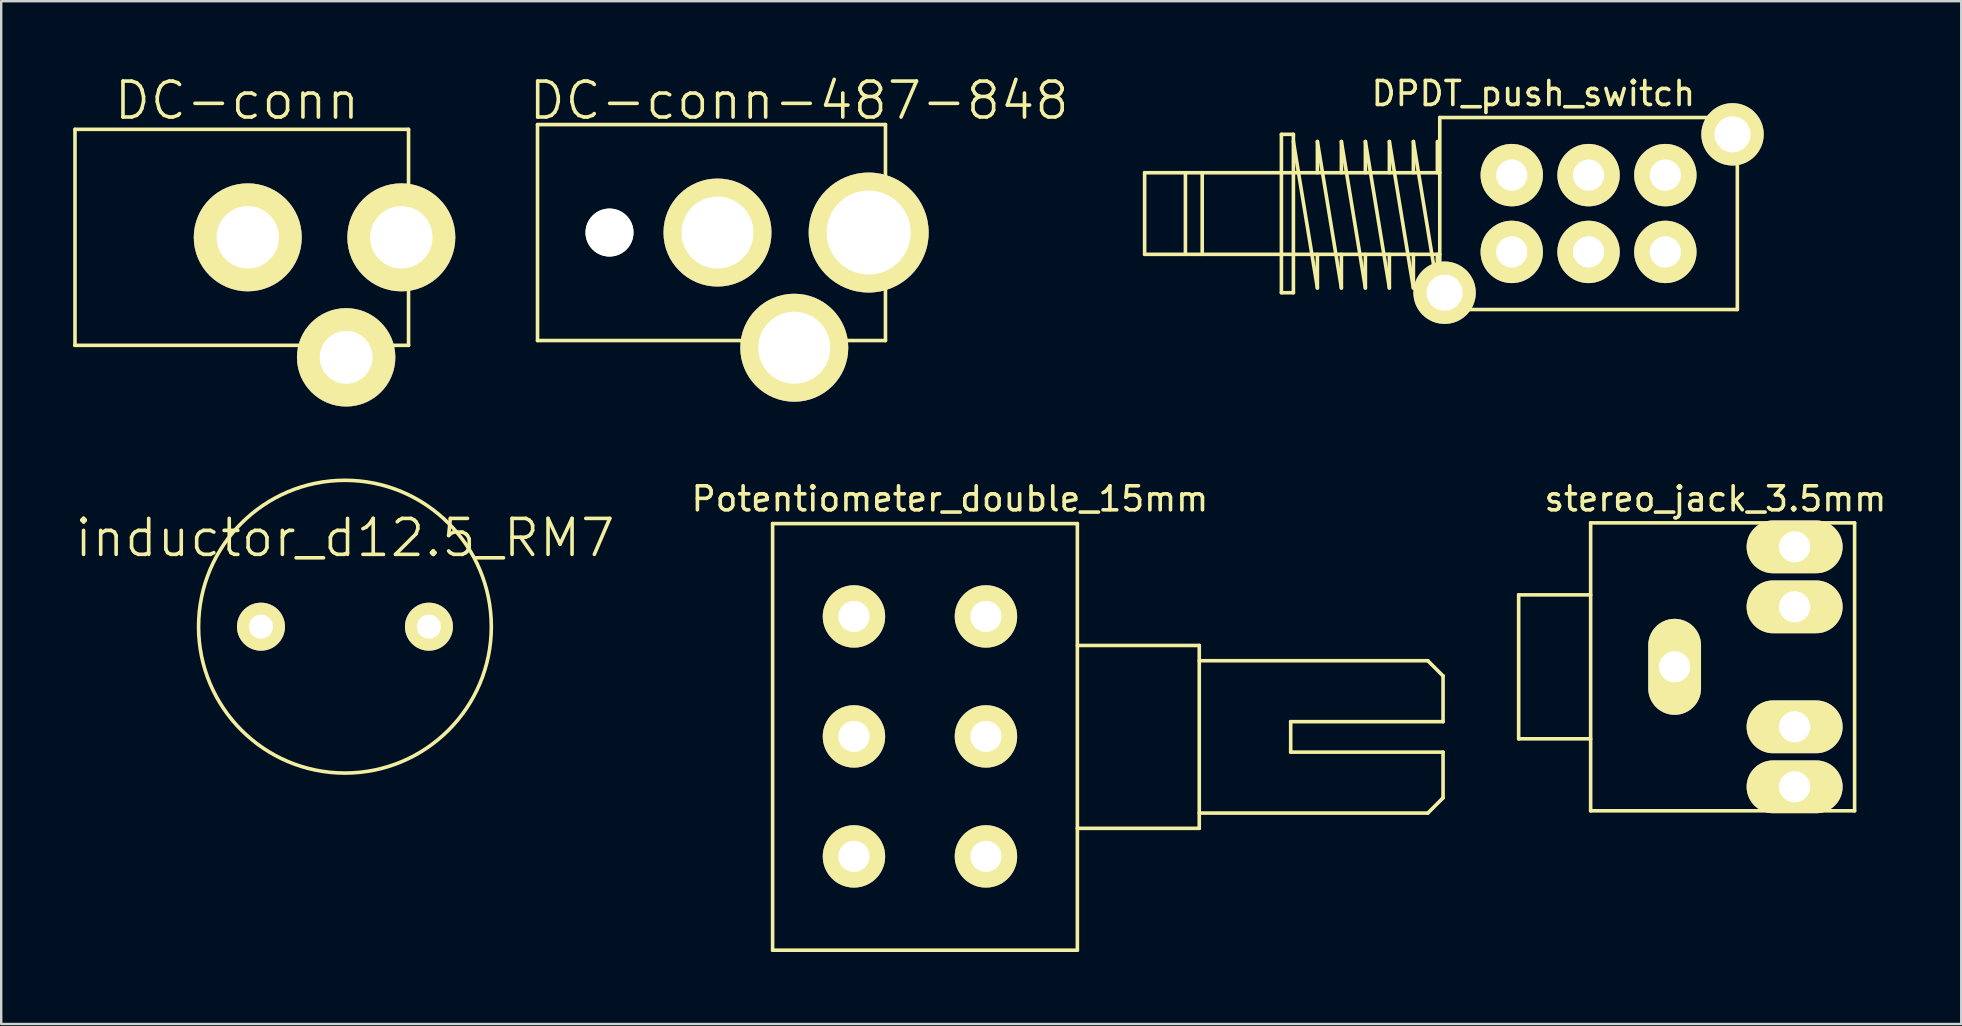
<source format=kicad_pcb>
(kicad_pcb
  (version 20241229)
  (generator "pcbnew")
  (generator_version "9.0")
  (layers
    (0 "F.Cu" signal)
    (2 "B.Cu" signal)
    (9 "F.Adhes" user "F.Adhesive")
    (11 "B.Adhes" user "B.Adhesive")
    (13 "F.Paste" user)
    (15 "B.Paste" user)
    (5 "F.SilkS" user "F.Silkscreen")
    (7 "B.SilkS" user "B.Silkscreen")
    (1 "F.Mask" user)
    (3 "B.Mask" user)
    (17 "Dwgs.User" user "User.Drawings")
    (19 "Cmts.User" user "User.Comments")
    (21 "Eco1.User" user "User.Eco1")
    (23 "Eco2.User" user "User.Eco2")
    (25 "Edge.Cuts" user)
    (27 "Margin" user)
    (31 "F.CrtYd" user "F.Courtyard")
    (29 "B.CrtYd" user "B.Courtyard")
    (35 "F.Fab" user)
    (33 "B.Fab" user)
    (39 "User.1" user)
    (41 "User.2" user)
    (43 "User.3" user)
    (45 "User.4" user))
  (footprint "DC-conn"
    (layer "F.Cu")
    (at 11.375 6.841)
    (property "Reference" "DC-conn" (at -4.55 -5.7 0) (layer "F.SilkS") (effects (font (size 1.5 1.5) (thickness 0.15))))
    (attr through_hole)
    (fp_line (start -11.3 -4.5) (end -11.3 4.5) (stroke (width 0.15) (type solid)) (layer "F.SilkS"))
    (fp_line (start -11.3 -4.5) (end 2.6 -4.5) (stroke (width 0.15) (type solid)) (layer "F.SilkS"))
    (fp_line (start -11.3 4.5) (end 2.6 4.5) (stroke (width 0.15) (type solid)) (layer "F.SilkS"))
    (fp_line (start 2.6 4.5) (end 2.6 -4.5) (stroke (width 0.15) (type solid)) (layer "F.SilkS"))
    (pad "1" thru_hole circle (at 2.3 0) (size 4.5 4.5) (drill 2.6) (layers "*.Cu" "*.Mask" "F.SilkS"))
    (pad "2" thru_hole circle (at -4.1 0) (size 4.5 4.5) (drill 2.6) (layers "*.Cu" "*.Mask" "F.SilkS"))
    (pad "3" thru_hole circle (at 0 5) (size 4.1 4.1) (drill 2.2) (layers "*.Cu" "*.Mask" "F.SilkS")))
  (footprint "DPDT_push_switch"
    (layer "F.Cu")
    (at 63.15 5.848)
    (property "Reference" "DPDT_push_switch" (at -2.3 -5 0) (layer "F.SilkS") (effects (font (size 1 1) (thickness 0.15))))
    (attr through_hole)
    (fp_line (start -18.5 -1.7) (end -18.5 1.7) (stroke (width 0.15) (type solid)) (layer "F.SilkS"))
    (fp_line (start -18.5 -1.7) (end -6.2 -1.7) (stroke (width 0.15) (type solid)) (layer "F.SilkS"))
    (fp_line (start -18.5 1.7) (end -6.2 1.7) (stroke (width 0.15) (type solid)) (layer "F.SilkS"))
    (fp_line (start -16.8 -1.7) (end -16.8 1.7) (stroke (width 0.15) (type solid)) (layer "F.SilkS"))
    (fp_line (start -16.1 1.7) (end -16.1 -1.7) (stroke (width 0.15) (type solid)) (layer "F.SilkS"))
    (fp_line (start -12.8 -3.3) (end -12.8 3.3) (stroke (width 0.15) (type solid)) (layer "F.SilkS"))
    (fp_line (start -12.8 -3.3) (end -12.3 -3.3) (stroke (width 0.15) (type solid)) (layer "F.SilkS"))
    (fp_line (start -12.3 -3.3) (end -12.3 3.3) (stroke (width 0.15) (type solid)) (layer "F.SilkS"))
    (fp_line (start -12.3 -3) (end -11.3 3.1) (stroke (width 0.15) (type solid)) (layer "F.SilkS"))
    (fp_line (start -12.3 3.3) (end -12.8 3.3) (stroke (width 0.15) (type solid)) (layer "F.SilkS"))
    (fp_line (start -11.3 -3) (end -10.3 3.1) (stroke (width 0.15) (type solid)) (layer "F.SilkS"))
    (fp_line (start -11.3 -1.7) (end -11.3 -3) (stroke (width 0.15) (type solid)) (layer "F.SilkS"))
    (fp_line (start -11.3 3.1) (end -11.3 1.7) (stroke (width 0.15) (type solid)) (layer "F.SilkS"))
    (fp_line (start -10.3 -3) (end -9.3 3.1) (stroke (width 0.15) (type solid)) (layer "F.SilkS"))
    (fp_line (start -10.3 -1.7) (end -10.3 -3) (stroke (width 0.15) (type solid)) (layer "F.SilkS"))
    (fp_line (start -10.3 3.1) (end -10.3 1.7) (stroke (width 0.15) (type solid)) (layer "F.SilkS"))
    (fp_line (start -9.3 -3) (end -8.3 3.1) (stroke (width 0.15) (type solid)) (layer "F.SilkS"))
    (fp_line (start -9.3 -1.7) (end -9.3 -3) (stroke (width 0.15) (type solid)) (layer "F.SilkS"))
    (fp_line (start -9.3 3.1) (end -9.3 1.7) (stroke (width 0.15) (type solid)) (layer "F.SilkS"))
    (fp_line (start -8.3 -3) (end -7.3 3.1) (stroke (width 0.15) (type solid)) (layer "F.SilkS"))
    (fp_line (start -8.3 -1.7) (end -8.3 -3) (stroke (width 0.15) (type solid)) (layer "F.SilkS"))
    (fp_line (start -8.3 3.1) (end -8.3 1.7) (stroke (width 0.15) (type solid)) (layer "F.SilkS"))
    (fp_line (start -7.3 -3) (end -6.3 3.1) (stroke (width 0.15) (type solid)) (layer "F.SilkS"))
    (fp_line (start -7.3 -1.7) (end -7.3 -3) (stroke (width 0.15) (type solid)) (layer "F.SilkS"))
    (fp_line (start -7.3 3.1) (end -7.3 1.7) (stroke (width 0.15) (type solid)) (layer "F.SilkS"))
    (fp_line (start -6.3 -1.7) (end -6.3 -3) (stroke (width 0.15) (type solid)) (layer "F.SilkS"))
    (fp_line (start -6.3 3.1) (end -6.3 1.7) (stroke (width 0.15) (type solid)) (layer "F.SilkS"))
    (fp_line (start -6.2 -4) (end -6.2 4) (stroke (width 0.15) (type solid)) (layer "F.SilkS"))
    (fp_line (start -6.2 4) (end 6.2 4) (stroke (width 0.15) (type solid)) (layer "F.SilkS"))
    (fp_line (start 6.2 -4) (end -6.2 -4) (stroke (width 0.15) (type solid)) (layer "F.SilkS"))
    (fp_line (start 6.2 -4) (end 6.2 4) (stroke (width 0.15) (type solid)) (layer "F.SilkS"))
    (pad "" np_thru_hole circle (at -6 3.3) (size 2.6 2.6) (drill 1.5) (layers "*.Cu" "*.Mask" "F.SilkS"))
    (pad "" np_thru_hole circle (at 6 -3.3) (size 2.6 2.6) (drill 1.5) (layers "*.Cu" "*.Mask" "F.SilkS"))
    (pad "1" thru_hole circle (at -3.2 -1.6) (size 2.6 2.6) (drill 1.3) (layers "*.Cu" "*.Mask" "F.SilkS"))
    (pad "2" thru_hole circle (at 0 -1.6) (size 2.6 2.6) (drill 1.3) (layers "*.Cu" "*.Mask" "F.SilkS"))
    (pad "3" thru_hole circle (at 3.2 -1.6) (size 2.6 2.6) (drill 1.3) (layers "*.Cu" "*.Mask" "F.SilkS"))
    (pad "4" thru_hole circle (at -3.2 1.6) (size 2.6 2.6) (drill 1.3) (layers "*.Cu" "*.Mask" "F.SilkS"))
    (pad "5" thru_hole circle (at 0 1.6) (size 2.6 2.6) (drill 1.3) (layers "*.Cu" "*.Mask" "F.SilkS"))
    (pad "6" thru_hole circle (at 3.2 1.6) (size 2.6 2.6) (drill 1.3) (layers "*.Cu" "*.Mask" "F.SilkS")))
  (footprint "Potentiometer_double_15mm"
    (layer "F.Cu")
    (at 38.037 32.639)
    (property "Reference" "Potentiometer_double_15mm" (at -1.5 -14.9 0) (layer "F.SilkS") (effects (font (size 1 1) (thickness 0.15))))
    (attr through_hole)
    (fp_line (start -8.89 3.91) (end -8.89 -13.87) (stroke (width 0.15) (type solid)) (layer "F.SilkS"))
    (fp_line (start 3.81 -13.87) (end -8.89 -13.87) (stroke (width 0.15) (type solid)) (layer "F.SilkS"))
    (fp_line (start 3.81 -13.87) (end 3.81 3.91) (stroke (width 0.15) (type solid)) (layer "F.SilkS"))
    (fp_line (start 3.81 -1.17) (end 8.89 -1.17) (stroke (width 0.15) (type solid)) (layer "F.SilkS"))
    (fp_line (start 3.81 3.91) (end -8.89 3.91) (stroke (width 0.15) (type solid)) (layer "F.SilkS"))
    (fp_line (start 8.89 -8.79) (end 3.81 -8.79) (stroke (width 0.15) (type solid)) (layer "F.SilkS"))
    (fp_line (start 8.89 -8.155) (end 18.415 -8.155) (stroke (width 0.15) (type solid)) (layer "F.SilkS"))
    (fp_line (start 8.89 -1.17) (end 8.89 -8.79) (stroke (width 0.15) (type solid)) (layer "F.SilkS"))
    (fp_line (start 12.7 -5.615) (end 19.05 -5.615) (stroke (width 0.15) (type solid)) (layer "F.SilkS"))
    (fp_line (start 12.7 -4.345) (end 12.7 -5.615) (stroke (width 0.15) (type solid)) (layer "F.SilkS"))
    (fp_line (start 12.7 -4.345) (end 19.05 -4.345) (stroke (width 0.15) (type solid)) (layer "F.SilkS"))
    (fp_line (start 18.415 -8.155) (end 19.05 -7.52) (stroke (width 0.15) (type solid)) (layer "F.SilkS"))
    (fp_line (start 18.415 -1.805) (end 8.89 -1.805) (stroke (width 0.15) (type solid)) (layer "F.SilkS"))
    (fp_line (start 19.05 -5.615) (end 19.05 -7.52) (stroke (width 0.15) (type solid)) (layer "F.SilkS"))
    (fp_line (start 19.05 -4.345) (end 19.05 -2.44) (stroke (width 0.15) (type solid)) (layer "F.SilkS"))
    (fp_line (start 19.05 -2.44) (end 18.415 -1.805) (stroke (width 0.15) (type solid)) (layer "F.SilkS"))
    (pad "1" thru_hole circle (at 0 -10) (size 2.6 2.6) (drill 1.3) (layers "*.Cu" "*.Mask" "F.SilkS"))
    (pad "2" thru_hole circle (at 0 -5) (size 2.6 2.6) (drill 1.3) (layers "*.Cu" "*.Mask" "F.SilkS"))
    (pad "3" thru_hole circle (at 0 0) (size 2.6 2.6) (drill 1.3) (layers "*.Cu" "*.Mask" "F.SilkS"))
    (pad "4" thru_hole circle (at -5.5 -10) (size 2.6 2.6) (drill 1.3) (layers "*.Cu" "*.Mask" "F.SilkS"))
    (pad "5" thru_hole circle (at -5.5 -5) (size 2.6 2.6) (drill 1.3) (layers "*.Cu" "*.Mask" "F.SilkS"))
    (pad "6" thru_hole circle (at -5.5 0) (size 2.6 2.6) (drill 1.3) (layers "*.Cu" "*.Mask" "F.SilkS")))
  (footprint "stereo_jack_3.5mm"
    (layer "F.Cu")
    (at 71.737 24.739)
    (property "Reference" "stereo_jack_3.5mm" (at -3.3 -7 0) (layer "F.SilkS") (effects (font (size 1 1) (thickness 0.15))))
    (attr through_hole)
    (fp_line (start -11.5 -3) (end -8.5 -3) (stroke (width 0.15) (type solid)) (layer "F.SilkS"))
    (fp_line (start -11.5 3) (end -11.5 -3) (stroke (width 0.15) (type solid)) (layer "F.SilkS"))
    (fp_line (start -8.5 -6) (end 2.5 -6) (stroke (width 0.15) (type solid)) (layer "F.SilkS"))
    (fp_line (start -8.5 3) (end -11.5 3) (stroke (width 0.15) (type solid)) (layer "F.SilkS"))
    (fp_line (start -8.5 6) (end -8.5 -6) (stroke (width 0.15) (type solid)) (layer "F.SilkS"))
    (fp_line (start 2.5 -6) (end 2.5 6) (stroke (width 0.15) (type solid)) (layer "F.SilkS"))
    (fp_line (start 2.5 6) (end -8.5 6) (stroke (width 0.15) (type solid)) (layer "F.SilkS"))
    (pad "1" thru_hole oval (at -5 0) (size 2.2 4) (drill 1.3) (layers "*.Cu" "*.Mask" "F.SilkS"))
    (pad "2" thru_hole oval (at 0 5) (size 4 2.2) (drill 1.3) (layers "*.Cu" "*.Mask" "F.SilkS"))
    (pad "3" thru_hole oval (at 0 -5) (size 4 2.2) (drill 1.3) (layers "*.Cu" "*.Mask" "F.SilkS"))
    (pad "4" thru_hole oval (at 0 2.5) (size 4 2.2) (drill 1.3) (layers "*.Cu" "*.Mask" "F.SilkS"))
    (pad "5" thru_hole oval (at 0 -2.5) (size 4 2.2) (drill 1.3) (layers "*.Cu" "*.Mask" "F.SilkS")))
  (footprint "DC-conn-487-848"
    (layer "F.Cu")
    (at 30.05 6.641)
    (property "Reference" "DC-conn-487-848" (at 0.2 -5.5 0) (layer "F.SilkS") (effects (font (size 1.5 1.5) (thickness 0.15))))
    (attr through_hole)
    (fp_line (start -10.7 -4.5) (end -10.7 4.5) (stroke (width 0.15) (type solid)) (layer "F.SilkS"))
    (fp_line (start -10.7 4.5) (end 3.8 4.5) (stroke (width 0.15) (type solid)) (layer "F.SilkS"))
    (fp_line (start 3.8 -4.5) (end -10.7 -4.5) (stroke (width 0.15) (type solid)) (layer "F.SilkS"))
    (fp_line (start 3.8 4.5) (end 3.8 -4.5) (stroke (width 0.15) (type solid)) (layer "F.SilkS"))
    (pad "" np_thru_hole circle (at -7.7 0) (size 2 2) (drill 2) (layers "*.Cu" "*.Mask" "F.SilkS"))
    (pad "1" thru_hole circle (at 3.1 0) (size 5 5) (drill 3.5) (layers "*.Cu" "*.Mask" "F.SilkS"))
    (pad "2" thru_hole circle (at -3.2 0) (size 4.5 4.5) (drill 3) (layers "*.Cu" "*.Mask" "F.SilkS"))
    (pad "3" thru_hole circle (at 0 4.8) (size 4.5 4.5) (drill 3) (layers "*.Cu" "*.Mask" "F.SilkS")))
  (footprint "inductor_d12.5_RM7"
    (layer "F.Cu")
    (at 11.325 23.066)
    (property "Reference" "inductor_d12.5_RM7" (at 0 -3.7 0) (layer "F.SilkS") (effects (font (size 1.5 1.5) (thickness 0.15))))
    (attr through_hole)
    (fp_circle (center 0 0) (end -6.1 0) (stroke (width 0.15) (type solid)) (fill no) (layer "F.SilkS"))
    (pad "1" thru_hole circle (at -3.5 0) (size 2 2) (drill 1) (layers "*.Cu" "*.Mask" "F.SilkS"))
    (pad "2" thru_hole circle (at 3.5 0) (size 2 2) (drill 1) (layers "*.Cu" "*.Mask" "F.SilkS")))
  (gr_rect
    (start -3 -3)
    (end 78.681 39.624)
    (stroke (width 0.1) (type default))
    (fill no)
    (layer "Edge.Cuts")))
</source>
